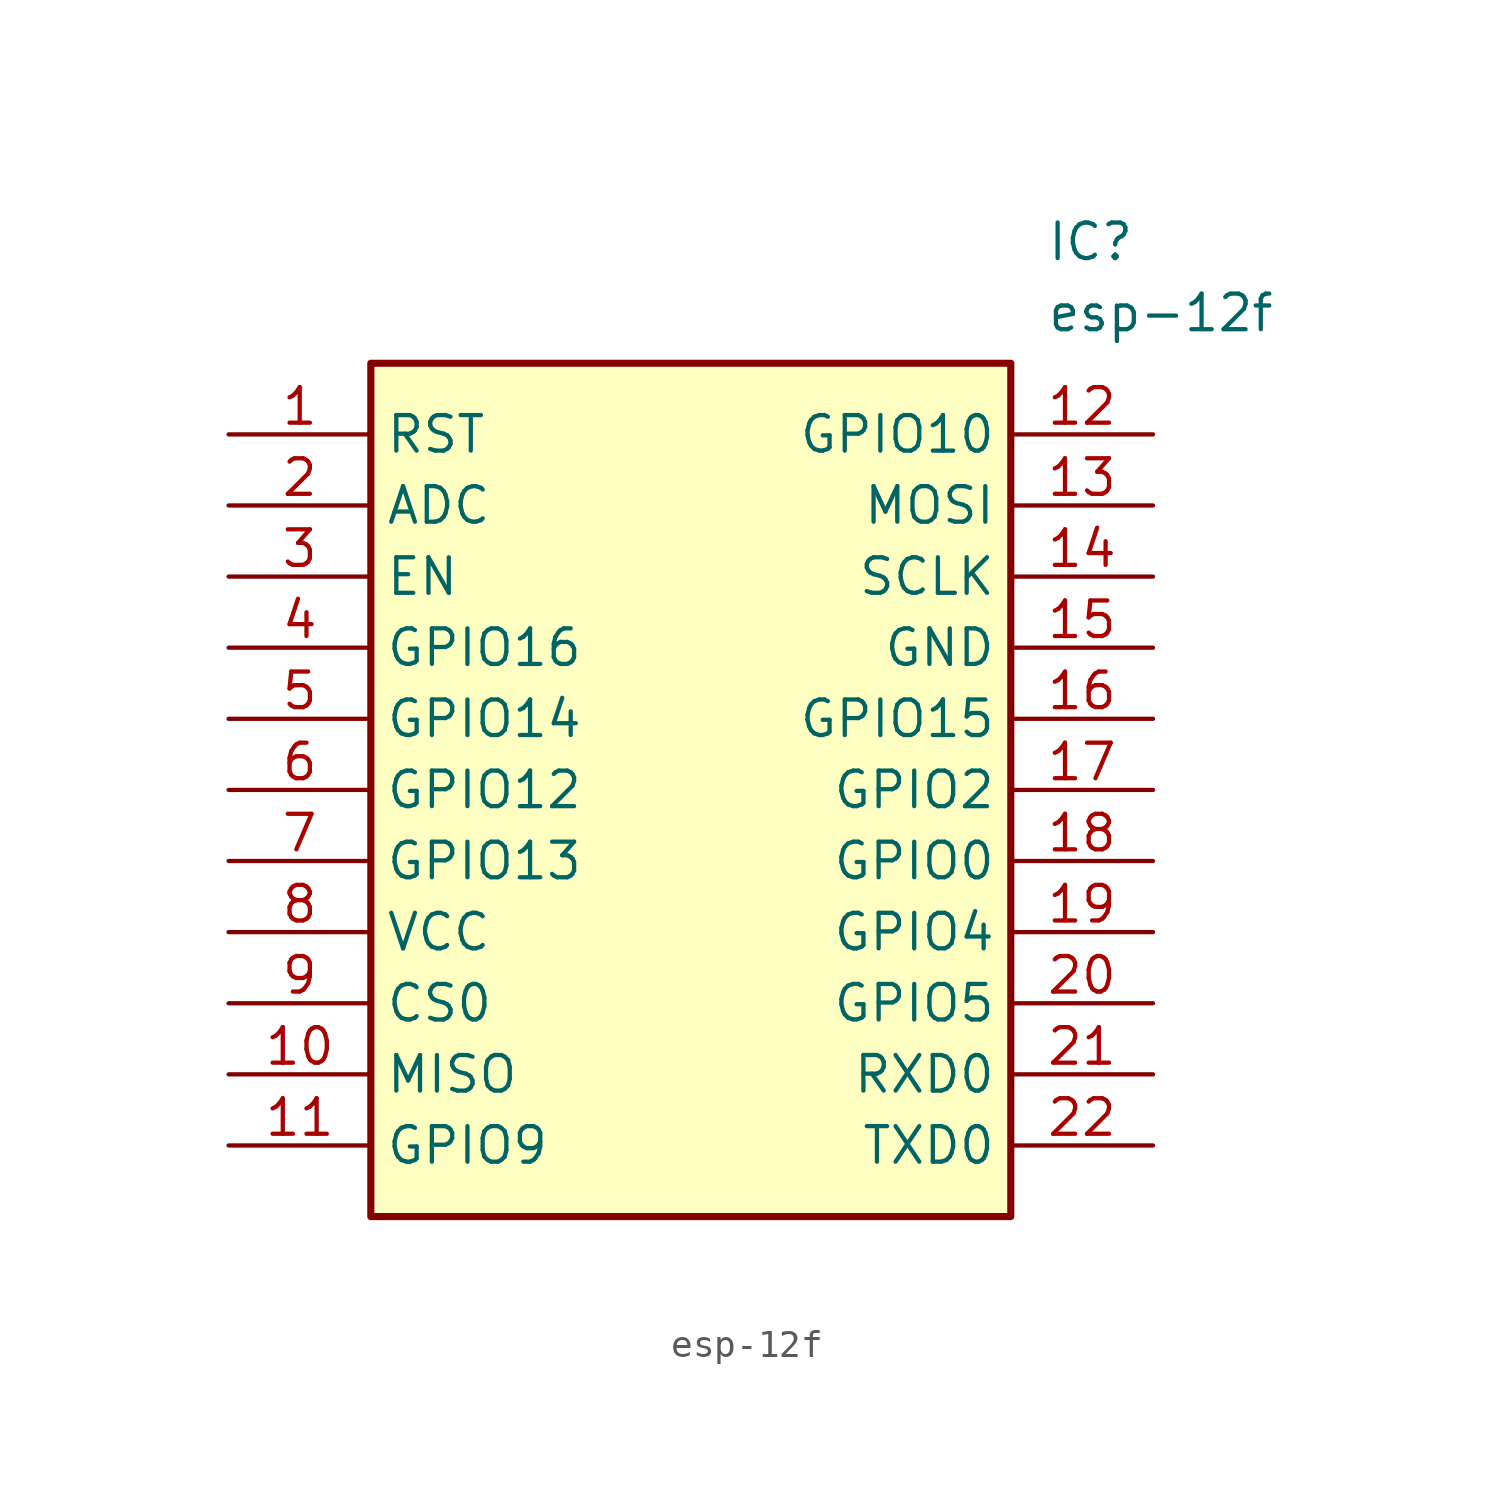
<source format=kicad_sym>
(kicad_symbol_lib
  (version 20211014)
  (generator SamacSys_ECAD_Model)
  (symbol "esp-12f"
    (property "Reference" "IC"
      (at 29.21 7.62 0)
      (effects (font (size 1.27 1.27)) (justify left top)))
    (property "Value" "esp-12f"
      (at 29.21 5.08 0)
      (effects (font (size 1.27 1.27)) (justify left top)))
    (rectangle
      (start 5.08 2.54)
      (end 27.94 -27.94)
      (stroke (width 0.254) (type default))
      (fill (type background)))
    (pin passive line
      (at 0 0 0)
      (length 5.08)
      (name "RST" (effects (font (size 1.27 1.27))))
      (number "1" (effects (font (size 1.27 1.27)))))
    (pin passive line
      (at 0 -2.54 0)
      (length 5.08)
      (name "ADC" (effects (font (size 1.27 1.27))))
      (number "2" (effects (font (size 1.27 1.27)))))
    (pin passive line
      (at 0 -5.08 0)
      (length 5.08)
      (name "EN" (effects (font (size 1.27 1.27))))
      (number "3" (effects (font (size 1.27 1.27)))))
    (pin passive line
      (at 0 -7.62 0)
      (length 5.08)
      (name "GPIO16" (effects (font (size 1.27 1.27))))
      (number "4" (effects (font (size 1.27 1.27)))))
    (pin passive line
      (at 0 -10.16 0)
      (length 5.08)
      (name "GPIO14" (effects (font (size 1.27 1.27))))
      (number "5" (effects (font (size 1.27 1.27)))))
    (pin passive line
      (at 0 -12.7 0)
      (length 5.08)
      (name "GPIO12" (effects (font (size 1.27 1.27))))
      (number "6" (effects (font (size 1.27 1.27)))))
    (pin passive line
      (at 0 -15.24 0)
      (length 5.08)
      (name "GPIO13" (effects (font (size 1.27 1.27))))
      (number "7" (effects (font (size 1.27 1.27)))))
    (pin passive line
      (at 0 -17.78 0)
      (length 5.08)
      (name "VCC" (effects (font (size 1.27 1.27))))
      (number "8" (effects (font (size 1.27 1.27)))))
    (pin passive line
      (at 0 -20.32 0)
      (length 5.08)
      (name "CS0" (effects (font (size 1.27 1.27))))
      (number "9" (effects (font (size 1.27 1.27)))))
    (pin passive line
      (at 0 -22.86 0)
      (length 5.08)
      (name "MISO" (effects (font (size 1.27 1.27))))
      (number "10" (effects (font (size 1.27 1.27)))))
    (pin passive line
      (at 0 -25.4 0)
      (length 5.08)
      (name "GPIO9" (effects (font (size 1.27 1.27))))
      (number "11" (effects (font (size 1.27 1.27)))))
    (pin passive line
      (at 33.02 0 180)
      (length 5.08)
      (name "GPIO10" (effects (font (size 1.27 1.27))))
      (number "12" (effects (font (size 1.27 1.27)))))
    (pin passive line
      (at 33.02 -2.54 180)
      (length 5.08)
      (name "MOSI" (effects (font (size 1.27 1.27))))
      (number "13" (effects (font (size 1.27 1.27)))))
    (pin passive line
      (at 33.02 -5.08 180)
      (length 5.08)
      (name "SCLK" (effects (font (size 1.27 1.27))))
      (number "14" (effects (font (size 1.27 1.27)))))
    (pin passive line
      (at 33.02 -7.62 180)
      (length 5.08)
      (name "GND" (effects (font (size 1.27 1.27))))
      (number "15" (effects (font (size 1.27 1.27)))))
    (pin passive line
      (at 33.02 -10.16 180)
      (length 5.08)
      (name "GPIO15" (effects (font (size 1.27 1.27))))
      (number "16" (effects (font (size 1.27 1.27)))))
    (pin passive line
      (at 33.02 -12.7 180)
      (length 5.08)
      (name "GPIO2" (effects (font (size 1.27 1.27))))
      (number "17" (effects (font (size 1.27 1.27)))))
    (pin passive line
      (at 33.02 -15.24 180)
      (length 5.08)
      (name "GPIO0" (effects (font (size 1.27 1.27))))
      (number "18" (effects (font (size 1.27 1.27)))))
    (pin passive line
      (at 33.02 -17.78 180)
      (length 5.08)
      (name "GPIO4" (effects (font (size 1.27 1.27))))
      (number "19" (effects (font (size 1.27 1.27)))))
    (pin passive line
      (at 33.02 -20.32 180)
      (length 5.08)
      (name "GPIO5" (effects (font (size 1.27 1.27))))
      (number "20" (effects (font (size 1.27 1.27)))))
    (pin passive line
      (at 33.02 -22.86 180)
      (length 5.08)
      (name "RXD0" (effects (font (size 1.27 1.27))))
      (number "21" (effects (font (size 1.27 1.27)))))
    (pin passive line
      (at 33.02 -25.4 180)
      (length 5.08)
      (name "TXD0" (effects (font (size 1.27 1.27))))
      (number "22" (effects (font (size 1.27 1.27)))))))
</source>
